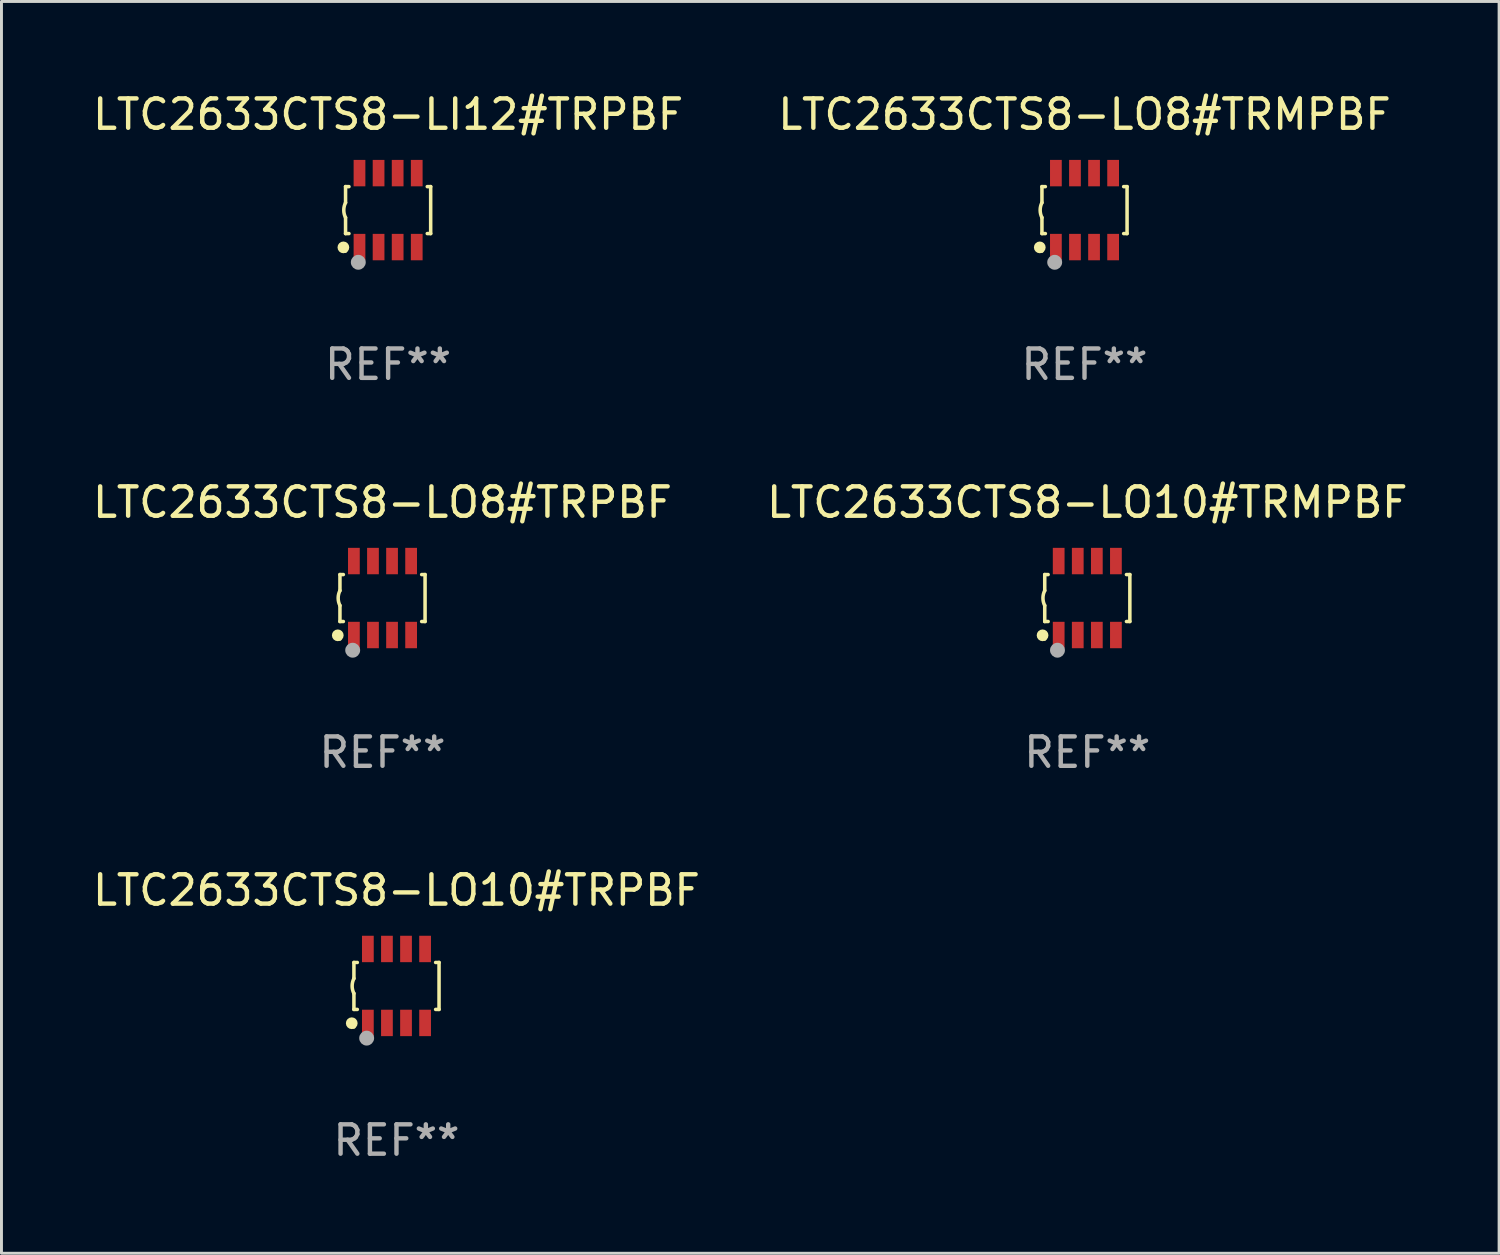
<source format=kicad_pcb>
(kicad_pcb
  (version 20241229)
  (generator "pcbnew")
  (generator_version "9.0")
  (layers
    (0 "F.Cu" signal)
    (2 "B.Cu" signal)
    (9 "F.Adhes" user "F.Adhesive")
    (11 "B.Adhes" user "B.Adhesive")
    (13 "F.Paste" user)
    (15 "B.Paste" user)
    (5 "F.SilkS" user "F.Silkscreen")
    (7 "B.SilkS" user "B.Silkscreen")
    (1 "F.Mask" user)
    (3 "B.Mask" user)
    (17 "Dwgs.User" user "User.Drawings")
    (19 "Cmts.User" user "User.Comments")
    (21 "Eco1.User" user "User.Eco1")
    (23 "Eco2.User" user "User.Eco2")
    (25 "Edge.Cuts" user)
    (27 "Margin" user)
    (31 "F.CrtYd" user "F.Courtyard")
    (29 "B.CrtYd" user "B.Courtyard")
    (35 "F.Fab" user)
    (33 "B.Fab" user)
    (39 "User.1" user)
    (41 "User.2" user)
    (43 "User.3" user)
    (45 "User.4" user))
  (footprint "LTC2633CTS8-LO10#TRPBF"
    (layer "F.Cu")
    (at 10.458 30.541)
    (property "Reference" "LTC2633CTS8-LO10#TRPBF" (at 0 -3.26 0) (layer "F.SilkS") (effects (font (size 1 1) (thickness 0.15))))
    (attr through_hole)
    (fp_line (start -1.45 -0.8) (end -1.45 -0.254) (stroke (width 0.12) (type solid)) (layer "F.SilkS"))
    (fp_line (start -1.45 -0.8) (end -1.334 -0.8) (stroke (width 0.12) (type solid)) (layer "F.SilkS"))
    (fp_line (start -1.45 0.8) (end -1.45 0.254) (stroke (width 0.12) (type solid)) (layer "F.SilkS"))
    (fp_line (start -1.45 0.8) (end -1.334 0.8) (stroke (width 0.12) (type solid)) (layer "F.SilkS"))
    (fp_line (start 1.334 -0.8) (end 1.45 -0.8) (stroke (width 0.12) (type solid)) (layer "F.SilkS"))
    (fp_line (start 1.334 0.8) (end 1.45 0.8) (stroke (width 0.12) (type solid)) (layer "F.SilkS"))
    (fp_line (start 1.45 0.8) (end 1.45 -0.8) (stroke (width 0.12) (type solid)) (layer "F.SilkS"))
    (fp_arc (start -1.45075 0.255144) (mid -1.510605 0.000434) (end -1.450013 -0.254102) (stroke (width 0.11999) (type solid)) (layer "F.SilkS"))
    (fp_circle (center -1.524 1.27) (end -1.424 1.27) (stroke (width 0.2) (type solid)) (fill no) (layer "F.SilkS"))
    (fp_circle (center -1.45 1.4) (end -1.42 1.4) (stroke (width 0.06) (type solid)) (fill no) (layer "F.SilkS"))
    (fp_circle (center -1.016 1.778) (end -0.889 1.778) (stroke (width 0.254) (type solid)) (fill no) (layer "F.Fab"))
    (fp_text user "REF**" (at 0 5.26 0) (layer "F.Fab") (effects (font (size 1 1) (thickness 0.15))))
    (pad "1" smd rect (at -0.975 1.26) (size 0.4 0.9) (layers "F.Cu" "F.Mask" "F.Paste"))
    (pad "2" smd rect (at -0.325 1.26) (size 0.4 0.9) (layers "F.Cu" "F.Mask" "F.Paste"))
    (pad "3" smd rect (at 0.325 1.26) (size 0.4 0.9) (layers "F.Cu" "F.Mask" "F.Paste"))
    (pad "4" smd rect (at 0.975 1.26) (size 0.4 0.9) (layers "F.Cu" "F.Mask" "F.Paste"))
    (pad "5" smd rect (at 0.975 -1.26) (size 0.4 0.9) (layers "F.Cu" "F.Mask" "F.Paste"))
    (pad "6" smd rect (at 0.325 -1.26) (size 0.4 0.9) (layers "F.Cu" "F.Mask" "F.Paste"))
    (pad "7" smd rect (at -0.325 -1.26) (size 0.4 0.9) (layers "F.Cu" "F.Mask" "F.Paste"))
    (pad "8" smd rect (at -0.975 -1.26) (size 0.4 0.9) (layers "F.Cu" "F.Mask" "F.Paste")))
  (footprint "LTC2633CTS8-LO8#TRPBF"
    (layer "F.Cu")
    (at 9.982 17.325)
    (property "Reference" "LTC2633CTS8-LO8#TRPBF" (at 0 -3.26 0) (layer "F.SilkS") (effects (font (size 1 1) (thickness 0.15))))
    (attr through_hole)
    (fp_line (start -1.45 -0.8) (end -1.45 -0.254) (stroke (width 0.12) (type solid)) (layer "F.SilkS"))
    (fp_line (start -1.45 -0.8) (end -1.334 -0.8) (stroke (width 0.12) (type solid)) (layer "F.SilkS"))
    (fp_line (start -1.45 0.8) (end -1.45 0.254) (stroke (width 0.12) (type solid)) (layer "F.SilkS"))
    (fp_line (start -1.45 0.8) (end -1.334 0.8) (stroke (width 0.12) (type solid)) (layer "F.SilkS"))
    (fp_line (start 1.334 -0.8) (end 1.45 -0.8) (stroke (width 0.12) (type solid)) (layer "F.SilkS"))
    (fp_line (start 1.334 0.8) (end 1.45 0.8) (stroke (width 0.12) (type solid)) (layer "F.SilkS"))
    (fp_line (start 1.45 0.8) (end 1.45 -0.8) (stroke (width 0.12) (type solid)) (layer "F.SilkS"))
    (fp_arc (start -1.45075 0.255144) (mid -1.510605 0.000434) (end -1.450013 -0.254102) (stroke (width 0.11999) (type solid)) (layer "F.SilkS"))
    (fp_circle (center -1.524 1.27) (end -1.424 1.27) (stroke (width 0.2) (type solid)) (fill no) (layer "F.SilkS"))
    (fp_circle (center -1.45 1.4) (end -1.42 1.4) (stroke (width 0.06) (type solid)) (fill no) (layer "F.SilkS"))
    (fp_circle (center -1.016 1.778) (end -0.889 1.778) (stroke (width 0.254) (type solid)) (fill no) (layer "F.Fab"))
    (fp_text user "REF**" (at 0 5.26 0) (layer "F.Fab") (effects (font (size 1 1) (thickness 0.15))))
    (pad "1" smd rect (at -0.975 1.26) (size 0.4 0.9) (layers "F.Cu" "F.Mask" "F.Paste"))
    (pad "2" smd rect (at -0.325 1.26) (size 0.4 0.9) (layers "F.Cu" "F.Mask" "F.Paste"))
    (pad "3" smd rect (at 0.325 1.26) (size 0.4 0.9) (layers "F.Cu" "F.Mask" "F.Paste"))
    (pad "4" smd rect (at 0.975 1.26) (size 0.4 0.9) (layers "F.Cu" "F.Mask" "F.Paste"))
    (pad "5" smd rect (at 0.975 -1.26) (size 0.4 0.9) (layers "F.Cu" "F.Mask" "F.Paste"))
    (pad "6" smd rect (at 0.325 -1.26) (size 0.4 0.9) (layers "F.Cu" "F.Mask" "F.Paste"))
    (pad "7" smd rect (at -0.325 -1.26) (size 0.4 0.9) (layers "F.Cu" "F.Mask" "F.Paste"))
    (pad "8" smd rect (at -0.975 -1.26) (size 0.4 0.9) (layers "F.Cu" "F.Mask" "F.Paste")))
  (footprint "LTC2633CTS8-LI12#TRPBF"
    (layer "F.Cu")
    (at 10.173 4.108)
    (property "Reference" "LTC2633CTS8-LI12#TRPBF" (at 0 -3.26 0) (layer "F.SilkS") (effects (font (size 1 1) (thickness 0.15))))
    (attr through_hole)
    (fp_line (start -1.45 -0.8) (end -1.45 -0.254) (stroke (width 0.12) (type solid)) (layer "F.SilkS"))
    (fp_line (start -1.45 -0.8) (end -1.334 -0.8) (stroke (width 0.12) (type solid)) (layer "F.SilkS"))
    (fp_line (start -1.45 0.8) (end -1.45 0.254) (stroke (width 0.12) (type solid)) (layer "F.SilkS"))
    (fp_line (start -1.45 0.8) (end -1.334 0.8) (stroke (width 0.12) (type solid)) (layer "F.SilkS"))
    (fp_line (start 1.334 -0.8) (end 1.45 -0.8) (stroke (width 0.12) (type solid)) (layer "F.SilkS"))
    (fp_line (start 1.334 0.8) (end 1.45 0.8) (stroke (width 0.12) (type solid)) (layer "F.SilkS"))
    (fp_line (start 1.45 0.8) (end 1.45 -0.8) (stroke (width 0.12) (type solid)) (layer "F.SilkS"))
    (fp_arc (start -1.45075 0.255144) (mid -1.510605 0.000434) (end -1.450013 -0.254102) (stroke (width 0.11999) (type solid)) (layer "F.SilkS"))
    (fp_circle (center -1.524 1.27) (end -1.424 1.27) (stroke (width 0.2) (type solid)) (fill no) (layer "F.SilkS"))
    (fp_circle (center -1.45 1.4) (end -1.42 1.4) (stroke (width 0.06) (type solid)) (fill no) (layer "F.SilkS"))
    (fp_circle (center -1.016 1.778) (end -0.889 1.778) (stroke (width 0.254) (type solid)) (fill no) (layer "F.Fab"))
    (fp_text user "REF**" (at 0 5.26 0) (layer "F.Fab") (effects (font (size 1 1) (thickness 0.15))))
    (pad "1" smd rect (at -0.975 1.26) (size 0.4 0.9) (layers "F.Cu" "F.Mask" "F.Paste"))
    (pad "2" smd rect (at -0.325 1.26) (size 0.4 0.9) (layers "F.Cu" "F.Mask" "F.Paste"))
    (pad "3" smd rect (at 0.325 1.26) (size 0.4 0.9) (layers "F.Cu" "F.Mask" "F.Paste"))
    (pad "4" smd rect (at 0.975 1.26) (size 0.4 0.9) (layers "F.Cu" "F.Mask" "F.Paste"))
    (pad "5" smd rect (at 0.975 -1.26) (size 0.4 0.9) (layers "F.Cu" "F.Mask" "F.Paste"))
    (pad "6" smd rect (at 0.325 -1.26) (size 0.4 0.9) (layers "F.Cu" "F.Mask" "F.Paste"))
    (pad "7" smd rect (at -0.325 -1.26) (size 0.4 0.9) (layers "F.Cu" "F.Mask" "F.Paste"))
    (pad "8" smd rect (at -0.975 -1.26) (size 0.4 0.9) (layers "F.Cu" "F.Mask" "F.Paste")))
  (footprint "LTC2633CTS8-LO10#TRMPBF"
    (layer "F.Cu")
    (at 33.994 17.325)
    (property "Reference" "LTC2633CTS8-LO10#TRMPBF" (at 0 -3.26 0) (layer "F.SilkS") (effects (font (size 1 1) (thickness 0.15))))
    (attr through_hole)
    (fp_line (start -1.45 -0.8) (end -1.45 -0.254) (stroke (width 0.12) (type solid)) (layer "F.SilkS"))
    (fp_line (start -1.45 -0.8) (end -1.334 -0.8) (stroke (width 0.12) (type solid)) (layer "F.SilkS"))
    (fp_line (start -1.45 0.8) (end -1.45 0.254) (stroke (width 0.12) (type solid)) (layer "F.SilkS"))
    (fp_line (start -1.45 0.8) (end -1.334 0.8) (stroke (width 0.12) (type solid)) (layer "F.SilkS"))
    (fp_line (start 1.334 -0.8) (end 1.45 -0.8) (stroke (width 0.12) (type solid)) (layer "F.SilkS"))
    (fp_line (start 1.334 0.8) (end 1.45 0.8) (stroke (width 0.12) (type solid)) (layer "F.SilkS"))
    (fp_line (start 1.45 0.8) (end 1.45 -0.8) (stroke (width 0.12) (type solid)) (layer "F.SilkS"))
    (fp_arc (start -1.45075 0.255144) (mid -1.510605 0.000434) (end -1.450013 -0.254102) (stroke (width 0.11999) (type solid)) (layer "F.SilkS"))
    (fp_circle (center -1.524 1.27) (end -1.424 1.27) (stroke (width 0.2) (type solid)) (fill no) (layer "F.SilkS"))
    (fp_circle (center -1.45 1.4) (end -1.42 1.4) (stroke (width 0.06) (type solid)) (fill no) (layer "F.SilkS"))
    (fp_circle (center -1.016 1.778) (end -0.889 1.778) (stroke (width 0.254) (type solid)) (fill no) (layer "F.Fab"))
    (fp_text user "REF**" (at 0 5.26 0) (layer "F.Fab") (effects (font (size 1 1) (thickness 0.15))))
    (pad "1" smd rect (at -0.975 1.26) (size 0.4 0.9) (layers "F.Cu" "F.Mask" "F.Paste"))
    (pad "2" smd rect (at -0.325 1.26) (size 0.4 0.9) (layers "F.Cu" "F.Mask" "F.Paste"))
    (pad "3" smd rect (at 0.325 1.26) (size 0.4 0.9) (layers "F.Cu" "F.Mask" "F.Paste"))
    (pad "4" smd rect (at 0.975 1.26) (size 0.4 0.9) (layers "F.Cu" "F.Mask" "F.Paste"))
    (pad "5" smd rect (at 0.975 -1.26) (size 0.4 0.9) (layers "F.Cu" "F.Mask" "F.Paste"))
    (pad "6" smd rect (at 0.325 -1.26) (size 0.4 0.9) (layers "F.Cu" "F.Mask" "F.Paste"))
    (pad "7" smd rect (at -0.325 -1.26) (size 0.4 0.9) (layers "F.Cu" "F.Mask" "F.Paste"))
    (pad "8" smd rect (at -0.975 -1.26) (size 0.4 0.9) (layers "F.Cu" "F.Mask" "F.Paste")))
  (footprint "LTC2633CTS8-LO8#TRMPBF"
    (layer "F.Cu")
    (at 33.899 4.108)
    (property "Reference" "LTC2633CTS8-LO8#TRMPBF" (at 0 -3.26 0) (layer "F.SilkS") (effects (font (size 1 1) (thickness 0.15))))
    (attr through_hole)
    (fp_line (start -1.45 -0.8) (end -1.45 -0.254) (stroke (width 0.12) (type solid)) (layer "F.SilkS"))
    (fp_line (start -1.45 -0.8) (end -1.334 -0.8) (stroke (width 0.12) (type solid)) (layer "F.SilkS"))
    (fp_line (start -1.45 0.8) (end -1.45 0.254) (stroke (width 0.12) (type solid)) (layer "F.SilkS"))
    (fp_line (start -1.45 0.8) (end -1.334 0.8) (stroke (width 0.12) (type solid)) (layer "F.SilkS"))
    (fp_line (start 1.334 -0.8) (end 1.45 -0.8) (stroke (width 0.12) (type solid)) (layer "F.SilkS"))
    (fp_line (start 1.334 0.8) (end 1.45 0.8) (stroke (width 0.12) (type solid)) (layer "F.SilkS"))
    (fp_line (start 1.45 0.8) (end 1.45 -0.8) (stroke (width 0.12) (type solid)) (layer "F.SilkS"))
    (fp_arc (start -1.45075 0.255144) (mid -1.510605 0.000434) (end -1.450013 -0.254102) (stroke (width 0.11999) (type solid)) (layer "F.SilkS"))
    (fp_circle (center -1.524 1.27) (end -1.424 1.27) (stroke (width 0.2) (type solid)) (fill no) (layer "F.SilkS"))
    (fp_circle (center -1.45 1.4) (end -1.42 1.4) (stroke (width 0.06) (type solid)) (fill no) (layer "F.SilkS"))
    (fp_circle (center -1.016 1.778) (end -0.889 1.778) (stroke (width 0.254) (type solid)) (fill no) (layer "F.Fab"))
    (fp_text user "REF**" (at 0 5.26 0) (layer "F.Fab") (effects (font (size 1 1) (thickness 0.15))))
    (pad "1" smd rect (at -0.975 1.26) (size 0.4 0.9) (layers "F.Cu" "F.Mask" "F.Paste"))
    (pad "2" smd rect (at -0.325 1.26) (size 0.4 0.9) (layers "F.Cu" "F.Mask" "F.Paste"))
    (pad "3" smd rect (at 0.325 1.26) (size 0.4 0.9) (layers "F.Cu" "F.Mask" "F.Paste"))
    (pad "4" smd rect (at 0.975 1.26) (size 0.4 0.9) (layers "F.Cu" "F.Mask" "F.Paste"))
    (pad "5" smd rect (at 0.975 -1.26) (size 0.4 0.9) (layers "F.Cu" "F.Mask" "F.Paste"))
    (pad "6" smd rect (at 0.325 -1.26) (size 0.4 0.9) (layers "F.Cu" "F.Mask" "F.Paste"))
    (pad "7" smd rect (at -0.325 -1.26) (size 0.4 0.9) (layers "F.Cu" "F.Mask" "F.Paste"))
    (pad "8" smd rect (at -0.975 -1.26) (size 0.4 0.9) (layers "F.Cu" "F.Mask" "F.Paste")))
  (gr_rect
    (start -3 -3)
    (end 48.024 39.649)
    (stroke (width 0.1) (type default))
    (fill no)
    (layer "Edge.Cuts")))
</source>
